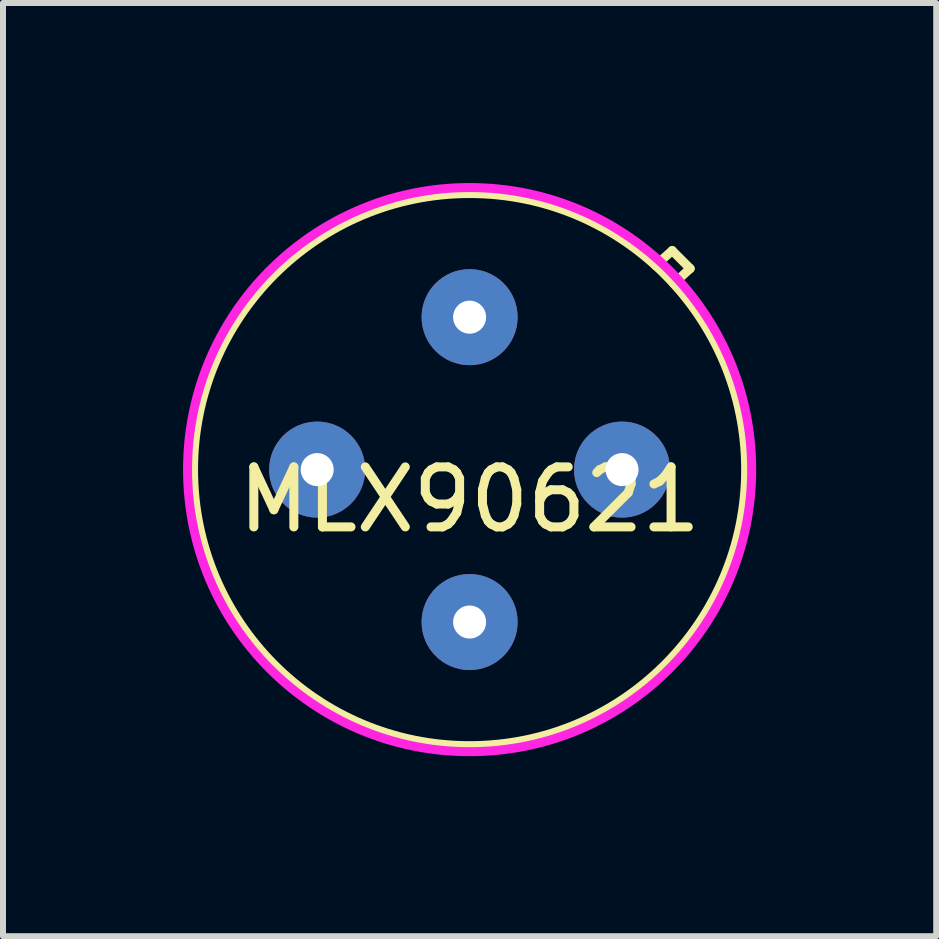
<source format=kicad_pcb>
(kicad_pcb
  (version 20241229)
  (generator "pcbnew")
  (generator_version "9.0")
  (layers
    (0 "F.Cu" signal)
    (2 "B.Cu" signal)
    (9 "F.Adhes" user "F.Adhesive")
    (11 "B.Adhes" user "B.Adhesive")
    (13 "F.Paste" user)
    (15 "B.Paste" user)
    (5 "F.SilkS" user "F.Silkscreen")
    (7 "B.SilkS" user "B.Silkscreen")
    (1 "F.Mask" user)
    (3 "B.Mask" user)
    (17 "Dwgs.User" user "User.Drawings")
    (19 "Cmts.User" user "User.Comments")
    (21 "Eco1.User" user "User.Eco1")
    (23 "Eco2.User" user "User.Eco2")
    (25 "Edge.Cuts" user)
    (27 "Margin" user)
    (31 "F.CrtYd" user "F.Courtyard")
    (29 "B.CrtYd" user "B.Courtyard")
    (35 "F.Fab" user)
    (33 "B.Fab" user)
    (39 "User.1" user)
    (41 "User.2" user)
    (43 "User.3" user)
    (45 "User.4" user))
  (footprint "MLX90621"
    (layer "F.Cu")
    (at 4.775 4.775)
    (property "Reference" "MLX90621" (at 0 0.5 0) (layer "F.SilkS") (effects (font (size 1 1) (thickness 0.15))))
    (attr through_hole)
    (fp_line (start 3.1 -3.4) (end 3.375 -3.65) (stroke (width 0.15) (type solid)) (layer "F.SilkS"))
    (fp_line (start 3.375 -3.65) (end 3.675 -3.35) (stroke (width 0.15) (type solid)) (layer "F.SilkS"))
    (fp_line (start 3.4 -3.1) (end 3.675 -3.35) (stroke (width 0.15) (type solid)) (layer "F.SilkS"))
    (fp_circle (center 0 0) (end 0 4.6) (stroke (width 0.15) (type solid)) (fill no) (layer "F.SilkS"))
    (fp_circle (center 0 0) (end 4.7 0) (stroke (width 0.15) (type solid)) (fill no) (layer "F.CrtYd"))
    (pad "1" thru_hole circle (at 0 -2.54) (size 1.6 1.6) (drill 0.55) (layers "*.Cu" "*.Mask"))
    (pad "2" thru_hole circle (at -2.54 0) (size 1.6 1.6) (drill 0.55) (layers "*.Cu" "*.Mask"))
    (pad "3" thru_hole circle (at 0 2.54) (size 1.6 1.6) (drill 0.55) (layers "*.Cu" "*.Mask"))
    (pad "4" thru_hole circle (at 2.54 0) (size 1.6 1.6) (drill 0.55) (layers "*.Cu" "*.Mask")))
  (gr_rect
    (start -3 -3)
    (end 12.55 12.55)
    (stroke (width 0.1) (type default))
    (fill no)
    (layer "Edge.Cuts")))
</source>
